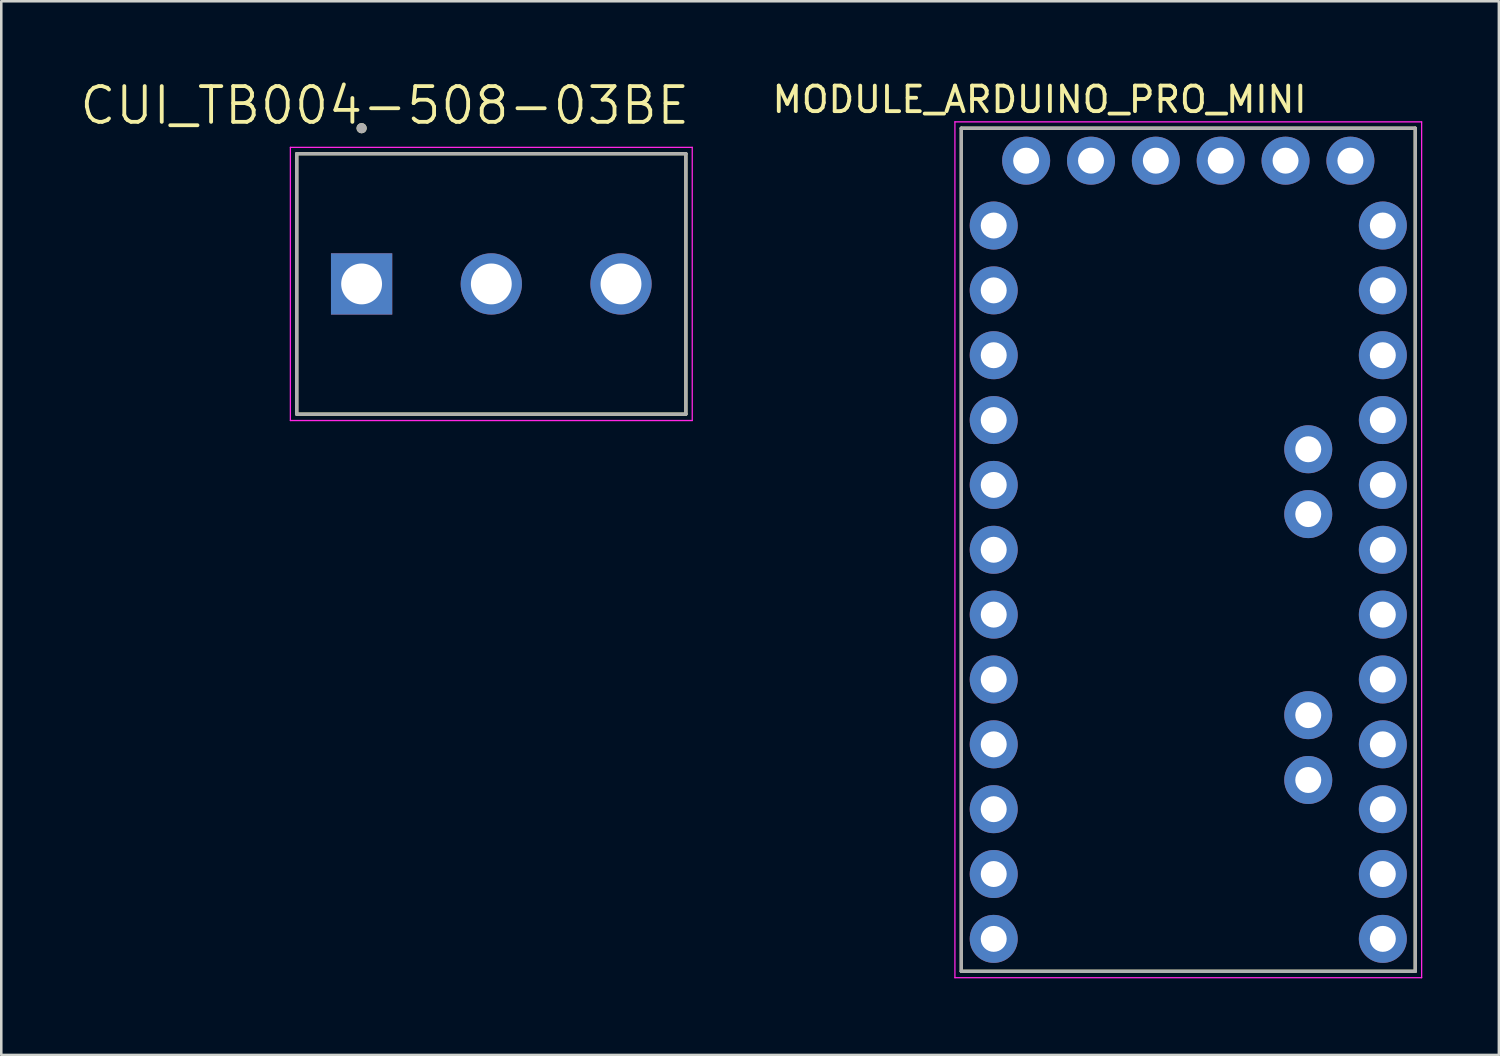
<source format=kicad_pcb>
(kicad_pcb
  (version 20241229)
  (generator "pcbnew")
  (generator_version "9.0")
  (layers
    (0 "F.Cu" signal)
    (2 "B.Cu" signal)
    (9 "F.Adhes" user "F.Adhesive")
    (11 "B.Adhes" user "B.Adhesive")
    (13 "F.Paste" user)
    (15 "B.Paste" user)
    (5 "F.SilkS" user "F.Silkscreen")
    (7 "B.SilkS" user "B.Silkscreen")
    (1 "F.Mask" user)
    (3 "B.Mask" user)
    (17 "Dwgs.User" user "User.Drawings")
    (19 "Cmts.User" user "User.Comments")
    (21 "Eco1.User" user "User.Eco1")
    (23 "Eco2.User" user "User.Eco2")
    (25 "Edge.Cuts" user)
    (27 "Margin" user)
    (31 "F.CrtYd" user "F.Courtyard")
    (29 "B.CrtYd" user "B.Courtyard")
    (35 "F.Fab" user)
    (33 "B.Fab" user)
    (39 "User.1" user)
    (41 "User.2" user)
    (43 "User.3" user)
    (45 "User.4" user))
  (footprint "MODULE_ARDUINO_PRO_MINI"
    (layer "F.Cu")
    (at 43.491 18.483)
    (property "Reference" "MODULE_ARDUINO_PRO_MINI" (at -5.825 -17.635 0) (layer "F.SilkS") (effects (font (size 1 1) (thickness 0.15))))
    (attr through_hole)
    (fp_line (start -8.89 -16.51) (end -8.89 16.51) (stroke (width 0.127) (type solid)) (layer "F.SilkS"))
    (fp_line (start -8.89 16.51) (end 8.89 16.51) (stroke (width 0.127) (type solid)) (layer "F.SilkS"))
    (fp_line (start 8.89 -16.51) (end -8.89 -16.51) (stroke (width 0.127) (type solid)) (layer "F.SilkS"))
    (fp_line (start 8.89 16.51) (end 8.89 -16.51) (stroke (width 0.127) (type solid)) (layer "F.SilkS"))
    (fp_line (start -9.14 -16.76) (end 9.14 -16.76) (stroke (width 0.05) (type solid)) (layer "F.CrtYd"))
    (fp_line (start -9.14 16.76) (end -9.14 -16.76) (stroke (width 0.05) (type solid)) (layer "F.CrtYd"))
    (fp_line (start 9.14 -16.76) (end 9.14 16.76) (stroke (width 0.05) (type solid)) (layer "F.CrtYd"))
    (fp_line (start 9.14 16.76) (end -9.14 16.76) (stroke (width 0.05) (type solid)) (layer "F.CrtYd"))
    (fp_line (start -8.89 -16.51) (end -8.89 16.51) (stroke (width 0.127) (type solid)) (layer "F.Fab"))
    (fp_line (start -8.89 16.51) (end 8.89 16.51) (stroke (width 0.127) (type solid)) (layer "F.Fab"))
    (fp_line (start 8.89 -16.51) (end -8.89 -16.51) (stroke (width 0.127) (type solid)) (layer "F.Fab"))
    (fp_line (start 8.89 16.51) (end 8.89 -16.51) (stroke (width 0.127) (type solid)) (layer "F.Fab"))
    (pad "JP1_1" thru_hole circle (at 6.35 -15.24) (size 1.88 1.88) (drill 1.016) (layers "*.Cu" "*.Mask"))
    (pad "JP1_2" thru_hole circle (at 3.81 -15.24) (size 1.88 1.88) (drill 1.016) (layers "*.Cu" "*.Mask"))
    (pad "JP1_3" thru_hole circle (at 1.27 -15.24) (size 1.88 1.88) (drill 1.016) (layers "*.Cu" "*.Mask"))
    (pad "JP1_4" thru_hole circle (at -1.27 -15.24) (size 1.88 1.88) (drill 1.016) (layers "*.Cu" "*.Mask"))
    (pad "JP1_5" thru_hole circle (at -3.81 -15.24) (size 1.88 1.88) (drill 1.016) (layers "*.Cu" "*.Mask"))
    (pad "JP1_6" thru_hole circle (at -6.35 -15.24) (size 1.88 1.88) (drill 1.016) (layers "*.Cu" "*.Mask"))
    (pad "JP2_1" thru_hole circle (at 4.699 -1.397) (size 1.88 1.88) (drill 1.016) (layers "*.Cu" "*.Mask"))
    (pad "JP2_2" thru_hole circle (at 4.699 -3.937) (size 1.88 1.88) (drill 1.016) (layers "*.Cu" "*.Mask"))
    (pad "JP3_1" thru_hole circle (at 4.699 9.017) (size 1.88 1.88) (drill 1.016) (layers "*.Cu" "*.Mask"))
    (pad "JP3_2" thru_hole circle (at 4.699 6.477) (size 1.88 1.88) (drill 1.016) (layers "*.Cu" "*.Mask"))
    (pad "JP6_1" thru_hole circle (at 7.62 -12.7) (size 1.88 1.88) (drill 1.016) (layers "*.Cu" "*.Mask"))
    (pad "JP6_2" thru_hole circle (at 7.62 -10.16) (size 1.88 1.88) (drill 1.016) (layers "*.Cu" "*.Mask"))
    (pad "JP6_3" thru_hole circle (at 7.62 -7.62) (size 1.88 1.88) (drill 1.016) (layers "*.Cu" "*.Mask"))
    (pad "JP6_4" thru_hole circle (at 7.62 -5.08) (size 1.88 1.88) (drill 1.016) (layers "*.Cu" "*.Mask"))
    (pad "JP6_5" thru_hole circle (at 7.62 -2.54) (size 1.88 1.88) (drill 1.016) (layers "*.Cu" "*.Mask"))
    (pad "JP6_6" thru_hole circle (at 7.62 0) (size 1.88 1.88) (drill 1.016) (layers "*.Cu" "*.Mask"))
    (pad "JP6_7" thru_hole circle (at 7.62 2.54) (size 1.88 1.88) (drill 1.016) (layers "*.Cu" "*.Mask"))
    (pad "JP6_8" thru_hole circle (at 7.62 5.08) (size 1.88 1.88) (drill 1.016) (layers "*.Cu" "*.Mask"))
    (pad "JP6_9" thru_hole circle (at 7.62 7.62) (size 1.88 1.88) (drill 1.016) (layers "*.Cu" "*.Mask"))
    (pad "JP6_10" thru_hole circle (at 7.62 10.16) (size 1.88 1.88) (drill 1.016) (layers "*.Cu" "*.Mask"))
    (pad "JP6_11" thru_hole circle (at 7.62 12.7) (size 1.88 1.88) (drill 1.016) (layers "*.Cu" "*.Mask"))
    (pad "JP6_12" thru_hole circle (at 7.62 15.24) (size 1.88 1.88) (drill 1.016) (layers "*.Cu" "*.Mask"))
    (pad "JP7_1" thru_hole circle (at -7.62 15.24) (size 1.88 1.88) (drill 1.016) (layers "*.Cu" "*.Mask"))
    (pad "JP7_2" thru_hole circle (at -7.62 12.7) (size 1.88 1.88) (drill 1.016) (layers "*.Cu" "*.Mask"))
    (pad "JP7_3" thru_hole circle (at -7.62 10.16) (size 1.88 1.88) (drill 1.016) (layers "*.Cu" "*.Mask"))
    (pad "JP7_4" thru_hole circle (at -7.62 7.62) (size 1.88 1.88) (drill 1.016) (layers "*.Cu" "*.Mask"))
    (pad "JP7_5" thru_hole circle (at -7.62 5.08) (size 1.88 1.88) (drill 1.016) (layers "*.Cu" "*.Mask"))
    (pad "JP7_6" thru_hole circle (at -7.62 2.54) (size 1.88 1.88) (drill 1.016) (layers "*.Cu" "*.Mask"))
    (pad "JP7_7" thru_hole circle (at -7.62 0) (size 1.88 1.88) (drill 1.016) (layers "*.Cu" "*.Mask"))
    (pad "JP7_8" thru_hole circle (at -7.62 -2.54) (size 1.88 1.88) (drill 1.016) (layers "*.Cu" "*.Mask"))
    (pad "JP7_9" thru_hole circle (at -7.62 -5.08) (size 1.88 1.88) (drill 1.016) (layers "*.Cu" "*.Mask"))
    (pad "JP7_10" thru_hole circle (at -7.62 -7.62) (size 1.88 1.88) (drill 1.016) (layers "*.Cu" "*.Mask"))
    (pad "JP7_11" thru_hole circle (at -7.62 -10.16) (size 1.88 1.88) (drill 1.016) (layers "*.Cu" "*.Mask"))
    (pad "JP7_12" thru_hole circle (at -7.62 -12.7) (size 1.88 1.88) (drill 1.016) (layers "*.Cu" "*.Mask")))
  (footprint "CUI_TB004-508-03BE"
    (layer "F.Cu")
    (at 11.113 8.071)
    (property "Reference" "CUI_TB004-508-03BE" (at 0.905 -6.989 0) (layer "F.SilkS") (effects (font (size 1.4 1.4) (thickness 0.15))))
    (attr through_hole)
    (fp_line (start -2.54 -5.1) (end 12.7 -5.1) (stroke (width 0.127) (type solid)) (layer "F.SilkS"))
    (fp_line (start -2.54 5.1) (end -2.54 -5.1) (stroke (width 0.127) (type solid)) (layer "F.SilkS"))
    (fp_line (start 12.7 -5.1) (end 12.7 5.1) (stroke (width 0.127) (type solid)) (layer "F.SilkS"))
    (fp_line (start 12.7 5.1) (end -2.54 5.1) (stroke (width 0.127) (type solid)) (layer "F.SilkS"))
    (fp_circle (center 0 -6.1) (end 0.1 -6.1) (stroke (width 0.2) (type solid)) (fill no) (layer "F.SilkS"))
    (fp_line (start -2.79 -5.35) (end 12.95 -5.35) (stroke (width 0.05) (type solid)) (layer "F.CrtYd"))
    (fp_line (start -2.79 5.35) (end -2.79 -5.35) (stroke (width 0.05) (type solid)) (layer "F.CrtYd"))
    (fp_line (start 12.95 -5.35) (end 12.95 5.35) (stroke (width 0.05) (type solid)) (layer "F.CrtYd"))
    (fp_line (start 12.95 5.35) (end -2.79 5.35) (stroke (width 0.05) (type solid)) (layer "F.CrtYd"))
    (fp_line (start -2.54 -5.1) (end 12.7 -5.1) (stroke (width 0.127) (type solid)) (layer "F.Fab"))
    (fp_line (start -2.54 5.1) (end -2.54 -5.1) (stroke (width 0.127) (type solid)) (layer "F.Fab"))
    (fp_line (start 12.7 -5.1) (end 12.7 5.1) (stroke (width 0.127) (type solid)) (layer "F.Fab"))
    (fp_line (start 12.7 5.1) (end -2.54 5.1) (stroke (width 0.127) (type solid)) (layer "F.Fab"))
    (fp_circle (center 0 -6.1) (end 0.1 -6.1) (stroke (width 0.2) (type solid)) (fill no) (layer "F.Fab"))
    (pad "1" thru_hole rect (at 0 0) (size 2.4 2.4) (drill 1.6) (layers "*.Cu" "*.Mask"))
    (pad "2" thru_hole circle (at 5.08 0) (size 2.4 2.4) (drill 1.6) (layers "*.Cu" "*.Mask"))
    (pad "3" thru_hole circle (at 10.16 0) (size 2.4 2.4) (drill 1.6) (layers "*.Cu" "*.Mask")))
  (gr_rect
    (start -3 -3)
    (end 55.656 38.268)
    (stroke (width 0.1) (type default))
    (fill no)
    (layer "Edge.Cuts")))
</source>
